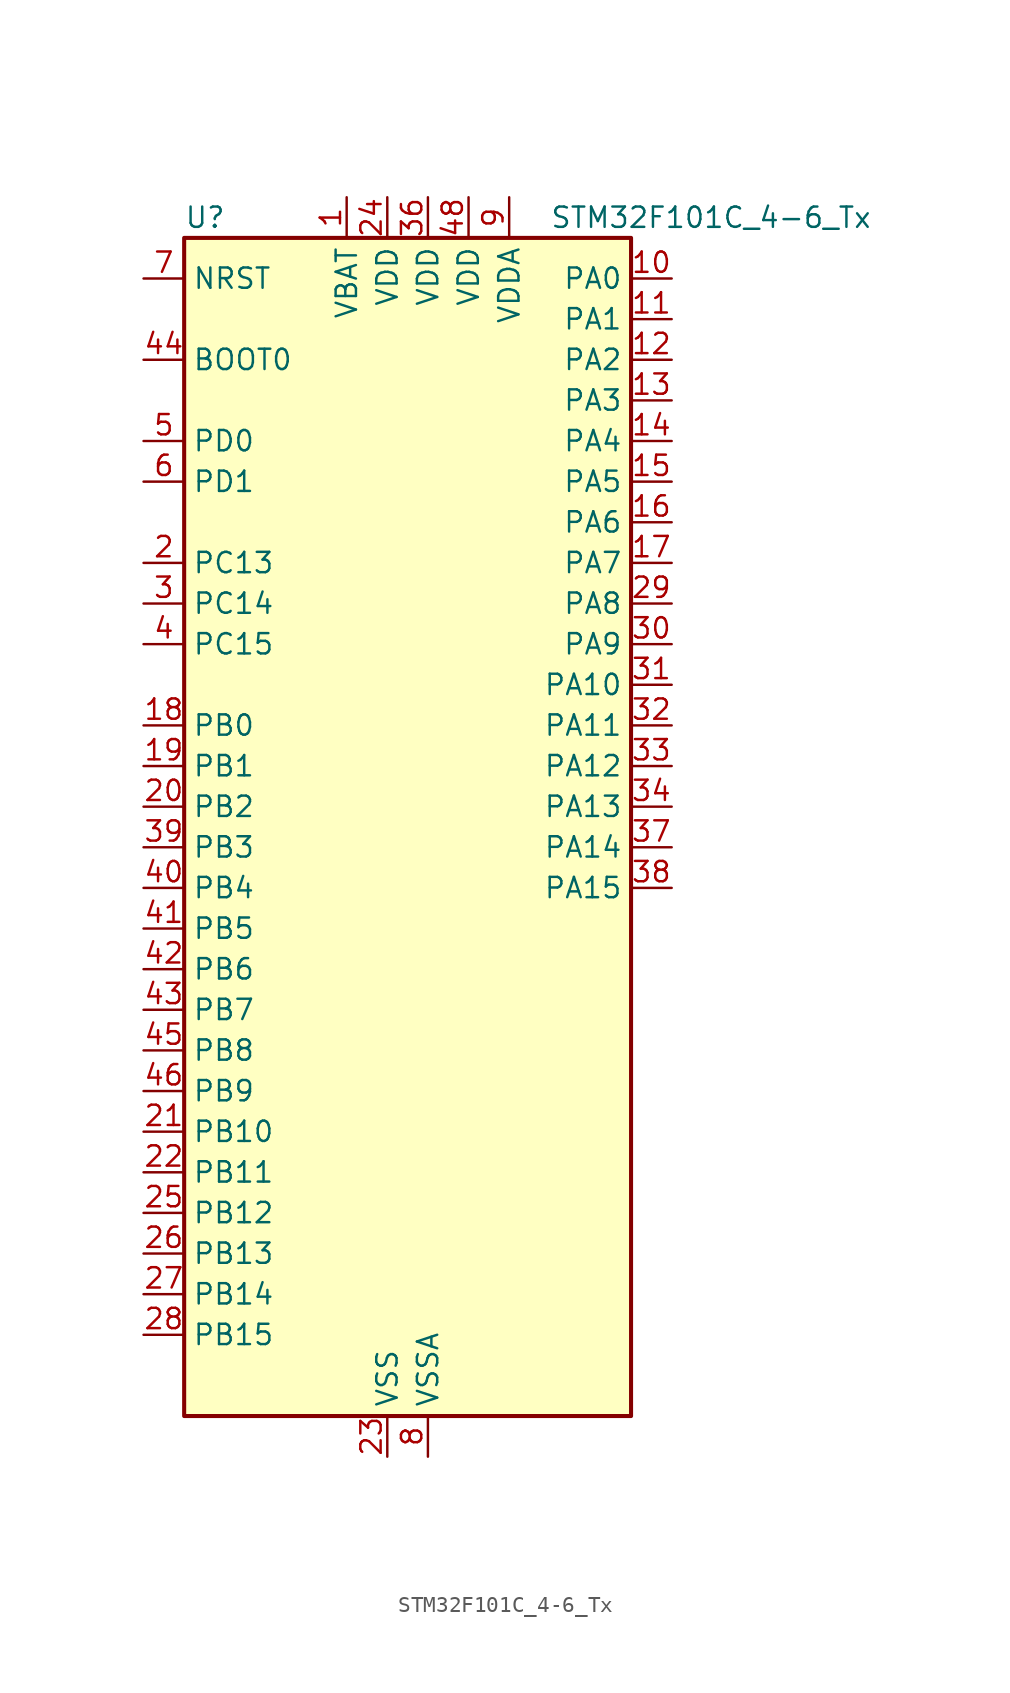
<source format=kicad_sym>
(kicad_symbol_lib
  (version 20220914)
  (generator kicad_symbol_editor)
  (symbol "STM32F101C_4-6_Tx"
    (property "Reference" "U"
      (at -12.7 39.37 0)
      (effects (font (size 1.27 1.27)) (justify left)))
    (property "Value" "STM32F101C_4-6_Tx"
      (at 10.16 39.37 0)
      (effects (font (size 1.27 1.27)) (justify left)))
    (property "ki_locked" ""
      (at 0 0 0)
      (effects (font (size 1.27 1.27))))
    (symbol "STM32F101C_4-6_Tx_0_1"
      (rectangle (start -12.7 -35.56) (end 15.24 38.1) (stroke (width 0.254) (type default)) (fill (type background))))
    (symbol "STM32F101C_4-6_Tx_1_1"
      (pin power_in line (at -2.54 40.64 270) (length 2.54) (name "VBAT" (effects (font (size 1.27 1.27)))) (number "1" (effects (font (size 1.27 1.27)))))
      (pin bidirectional line (at 17.78 35.56 180) (length 2.54) (name "PA0" (effects (font (size 1.27 1.27)))) (number "10" (effects (font (size 1.27 1.27)))) (alternate "ADC1_IN0" bidirectional line) (alternate "SYS_WKUP" bidirectional line) (alternate "TIM2_CH1" bidirectional line) (alternate "TIM2_ETR" bidirectional line) (alternate "USART2_CTS" bidirectional line))
      (pin bidirectional line (at 17.78 33.02 180) (length 2.54) (name "PA1" (effects (font (size 1.27 1.27)))) (number "11" (effects (font (size 1.27 1.27)))) (alternate "ADC1_IN1" bidirectional line) (alternate "TIM2_CH2" bidirectional line) (alternate "USART2_RTS" bidirectional line))
      (pin bidirectional line (at 17.78 30.48 180) (length 2.54) (name "PA2" (effects (font (size 1.27 1.27)))) (number "12" (effects (font (size 1.27 1.27)))) (alternate "ADC1_IN2" bidirectional line) (alternate "TIM2_CH3" bidirectional line) (alternate "USART2_TX" bidirectional line))
      (pin bidirectional line (at 17.78 27.94 180) (length 2.54) (name "PA3" (effects (font (size 1.27 1.27)))) (number "13" (effects (font (size 1.27 1.27)))) (alternate "ADC1_IN3" bidirectional line) (alternate "TIM2_CH4" bidirectional line) (alternate "USART2_RX" bidirectional line))
      (pin bidirectional line (at 17.78 25.4 180) (length 2.54) (name "PA4" (effects (font (size 1.27 1.27)))) (number "14" (effects (font (size 1.27 1.27)))) (alternate "ADC1_IN4" bidirectional line) (alternate "SPI1_NSS" bidirectional line) (alternate "USART2_CK" bidirectional line))
      (pin bidirectional line (at 17.78 22.86 180) (length 2.54) (name "PA5" (effects (font (size 1.27 1.27)))) (number "15" (effects (font (size 1.27 1.27)))) (alternate "ADC1_IN5" bidirectional line) (alternate "SPI1_SCK" bidirectional line))
      (pin bidirectional line (at 17.78 20.32 180) (length 2.54) (name "PA6" (effects (font (size 1.27 1.27)))) (number "16" (effects (font (size 1.27 1.27)))) (alternate "ADC1_IN6" bidirectional line) (alternate "SPI1_MISO" bidirectional line) (alternate "TIM3_CH1" bidirectional line))
      (pin bidirectional line (at 17.78 17.78 180) (length 2.54) (name "PA7" (effects (font (size 1.27 1.27)))) (number "17" (effects (font (size 1.27 1.27)))) (alternate "ADC1_IN7" bidirectional line) (alternate "SPI1_MOSI" bidirectional line) (alternate "TIM3_CH2" bidirectional line))
      (pin bidirectional line (at -15.24 7.62 0) (length 2.54) (name "PB0" (effects (font (size 1.27 1.27)))) (number "18" (effects (font (size 1.27 1.27)))) (alternate "ADC1_IN8" bidirectional line) (alternate "TIM3_CH3" bidirectional line))
      (pin bidirectional line (at -15.24 5.08 0) (length 2.54) (name "PB1" (effects (font (size 1.27 1.27)))) (number "19" (effects (font (size 1.27 1.27)))) (alternate "ADC1_IN9" bidirectional line) (alternate "TIM3_CH4" bidirectional line))
      (pin bidirectional line (at -15.24 17.78 0) (length 2.54) (name "PC13" (effects (font (size 1.27 1.27)))) (number "2" (effects (font (size 1.27 1.27)))) (alternate "RTC_OUT" bidirectional line) (alternate "RTC_TAMPER" bidirectional line))
      (pin bidirectional line (at -15.24 2.54 0) (length 2.54) (name "PB2" (effects (font (size 1.27 1.27)))) (number "20" (effects (font (size 1.27 1.27)))))
      (pin bidirectional line (at -15.24 -17.78 0) (length 2.54) (name "PB10" (effects (font (size 1.27 1.27)))) (number "21" (effects (font (size 1.27 1.27)))) (alternate "TIM2_CH3" bidirectional line))
      (pin bidirectional line (at -15.24 -20.32 0) (length 2.54) (name "PB11" (effects (font (size 1.27 1.27)))) (number "22" (effects (font (size 1.27 1.27)))) (alternate "ADC1_EXTI11" bidirectional line) (alternate "TIM2_CH4" bidirectional line))
      (pin power_in line (at 0 -38.1 90) (length 2.54) (name "VSS" (effects (font (size 1.27 1.27)))) (number "23" (effects (font (size 1.27 1.27)))))
      (pin power_in line (at 0 40.64 270) (length 2.54) (name "VDD" (effects (font (size 1.27 1.27)))) (number "24" (effects (font (size 1.27 1.27)))))
      (pin bidirectional line (at -15.24 -22.86 0) (length 2.54) (name "PB12" (effects (font (size 1.27 1.27)))) (number "25" (effects (font (size 1.27 1.27)))))
      (pin bidirectional line (at -15.24 -25.4 0) (length 2.54) (name "PB13" (effects (font (size 1.27 1.27)))) (number "26" (effects (font (size 1.27 1.27)))))
      (pin bidirectional line (at -15.24 -27.94 0) (length 2.54) (name "PB14" (effects (font (size 1.27 1.27)))) (number "27" (effects (font (size 1.27 1.27)))))
      (pin bidirectional line (at -15.24 -30.48 0) (length 2.54) (name "PB15" (effects (font (size 1.27 1.27)))) (number "28" (effects (font (size 1.27 1.27)))) (alternate "ADC1_EXTI15" bidirectional line))
      (pin bidirectional line (at 17.78 15.24 180) (length 2.54) (name "PA8" (effects (font (size 1.27 1.27)))) (number "29" (effects (font (size 1.27 1.27)))) (alternate "RCC_MCO" bidirectional line) (alternate "USART1_CK" bidirectional line))
      (pin bidirectional line (at -15.24 15.24 0) (length 2.54) (name "PC14" (effects (font (size 1.27 1.27)))) (number "3" (effects (font (size 1.27 1.27)))) (alternate "RCC_OSC32_IN" bidirectional line))
      (pin bidirectional line (at 17.78 12.7 180) (length 2.54) (name "PA9" (effects (font (size 1.27 1.27)))) (number "30" (effects (font (size 1.27 1.27)))) (alternate "USART1_TX" bidirectional line))
      (pin bidirectional line (at 17.78 10.16 180) (length 2.54) (name "PA10" (effects (font (size 1.27 1.27)))) (number "31" (effects (font (size 1.27 1.27)))) (alternate "USART1_RX" bidirectional line))
      (pin bidirectional line (at 17.78 7.62 180) (length 2.54) (name "PA11" (effects (font (size 1.27 1.27)))) (number "32" (effects (font (size 1.27 1.27)))) (alternate "ADC1_EXTI11" bidirectional line) (alternate "USART1_CTS" bidirectional line))
      (pin bidirectional line (at 17.78 5.08 180) (length 2.54) (name "PA12" (effects (font (size 1.27 1.27)))) (number "33" (effects (font (size 1.27 1.27)))) (alternate "USART1_RTS" bidirectional line))
      (pin bidirectional line (at 17.78 2.54 180) (length 2.54) (name "PA13" (effects (font (size 1.27 1.27)))) (number "34" (effects (font (size 1.27 1.27)))) (alternate "SYS_JTMS-SWDIO" bidirectional line))
      (pin passive line (at 0 -38.1 90) (length 2.54) hide (name "VSS" (effects (font (size 1.27 1.27)))) (number "35" (effects (font (size 1.27 1.27)))))
      (pin power_in line (at 2.54 40.64 270) (length 2.54) (name "VDD" (effects (font (size 1.27 1.27)))) (number "36" (effects (font (size 1.27 1.27)))))
      (pin bidirectional line (at 17.78 0 180) (length 2.54) (name "PA14" (effects (font (size 1.27 1.27)))) (number "37" (effects (font (size 1.27 1.27)))) (alternate "SYS_JTCK-SWCLK" bidirectional line))
      (pin bidirectional line (at 17.78 -2.54 180) (length 2.54) (name "PA15" (effects (font (size 1.27 1.27)))) (number "38" (effects (font (size 1.27 1.27)))) (alternate "ADC1_EXTI15" bidirectional line) (alternate "SPI1_NSS" bidirectional line) (alternate "SYS_JTDI" bidirectional line) (alternate "TIM2_CH1" bidirectional line) (alternate "TIM2_ETR" bidirectional line))
      (pin bidirectional line (at -15.24 0 0) (length 2.54) (name "PB3" (effects (font (size 1.27 1.27)))) (number "39" (effects (font (size 1.27 1.27)))) (alternate "SPI1_SCK" bidirectional line) (alternate "SYS_JTDO-TRACESWO" bidirectional line) (alternate "TIM2_CH2" bidirectional line))
      (pin bidirectional line (at -15.24 12.7 0) (length 2.54) (name "PC15" (effects (font (size 1.27 1.27)))) (number "4" (effects (font (size 1.27 1.27)))) (alternate "ADC1_EXTI15" bidirectional line) (alternate "RCC_OSC32_OUT" bidirectional line))
      (pin bidirectional line (at -15.24 -2.54 0) (length 2.54) (name "PB4" (effects (font (size 1.27 1.27)))) (number "40" (effects (font (size 1.27 1.27)))) (alternate "SPI1_MISO" bidirectional line) (alternate "SYS_NJTRST" bidirectional line) (alternate "TIM3_CH1" bidirectional line))
      (pin bidirectional line (at -15.24 -5.08 0) (length 2.54) (name "PB5" (effects (font (size 1.27 1.27)))) (number "41" (effects (font (size 1.27 1.27)))) (alternate "I2C1_SMBA" bidirectional line) (alternate "SPI1_MOSI" bidirectional line) (alternate "TIM3_CH2" bidirectional line))
      (pin bidirectional line (at -15.24 -7.62 0) (length 2.54) (name "PB6" (effects (font (size 1.27 1.27)))) (number "42" (effects (font (size 1.27 1.27)))) (alternate "I2C1_SCL" bidirectional line) (alternate "USART1_TX" bidirectional line))
      (pin bidirectional line (at -15.24 -10.16 0) (length 2.54) (name "PB7" (effects (font (size 1.27 1.27)))) (number "43" (effects (font (size 1.27 1.27)))) (alternate "I2C1_SDA" bidirectional line) (alternate "USART1_RX" bidirectional line))
      (pin input line (at -15.24 30.48 0) (length 2.54) (name "BOOT0" (effects (font (size 1.27 1.27)))) (number "44" (effects (font (size 1.27 1.27)))))
      (pin bidirectional line (at -15.24 -12.7 0) (length 2.54) (name "PB8" (effects (font (size 1.27 1.27)))) (number "45" (effects (font (size 1.27 1.27)))) (alternate "I2C1_SCL" bidirectional line))
      (pin bidirectional line (at -15.24 -15.24 0) (length 2.54) (name "PB9" (effects (font (size 1.27 1.27)))) (number "46" (effects (font (size 1.27 1.27)))) (alternate "I2C1_SDA" bidirectional line))
      (pin passive line (at 0 -38.1 90) (length 2.54) hide (name "VSS" (effects (font (size 1.27 1.27)))) (number "47" (effects (font (size 1.27 1.27)))))
      (pin power_in line (at 5.08 40.64 270) (length 2.54) (name "VDD" (effects (font (size 1.27 1.27)))) (number "48" (effects (font (size 1.27 1.27)))))
      (pin bidirectional line (at -15.24 25.4 0) (length 2.54) (name "PD0" (effects (font (size 1.27 1.27)))) (number "5" (effects (font (size 1.27 1.27)))) (alternate "RCC_OSC_IN" bidirectional line))
      (pin bidirectional line (at -15.24 22.86 0) (length 2.54) (name "PD1" (effects (font (size 1.27 1.27)))) (number "6" (effects (font (size 1.27 1.27)))) (alternate "RCC_OSC_OUT" bidirectional line))
      (pin input line (at -15.24 35.56 0) (length 2.54) (name "NRST" (effects (font (size 1.27 1.27)))) (number "7" (effects (font (size 1.27 1.27)))))
      (pin power_in line (at 2.54 -38.1 90) (length 2.54) (name "VSSA" (effects (font (size 1.27 1.27)))) (number "8" (effects (font (size 1.27 1.27)))))
      (pin power_in line (at 7.62 40.64 270) (length 2.54) (name "VDDA" (effects (font (size 1.27 1.27)))) (number "9" (effects (font (size 1.27 1.27))))))))
</source>
